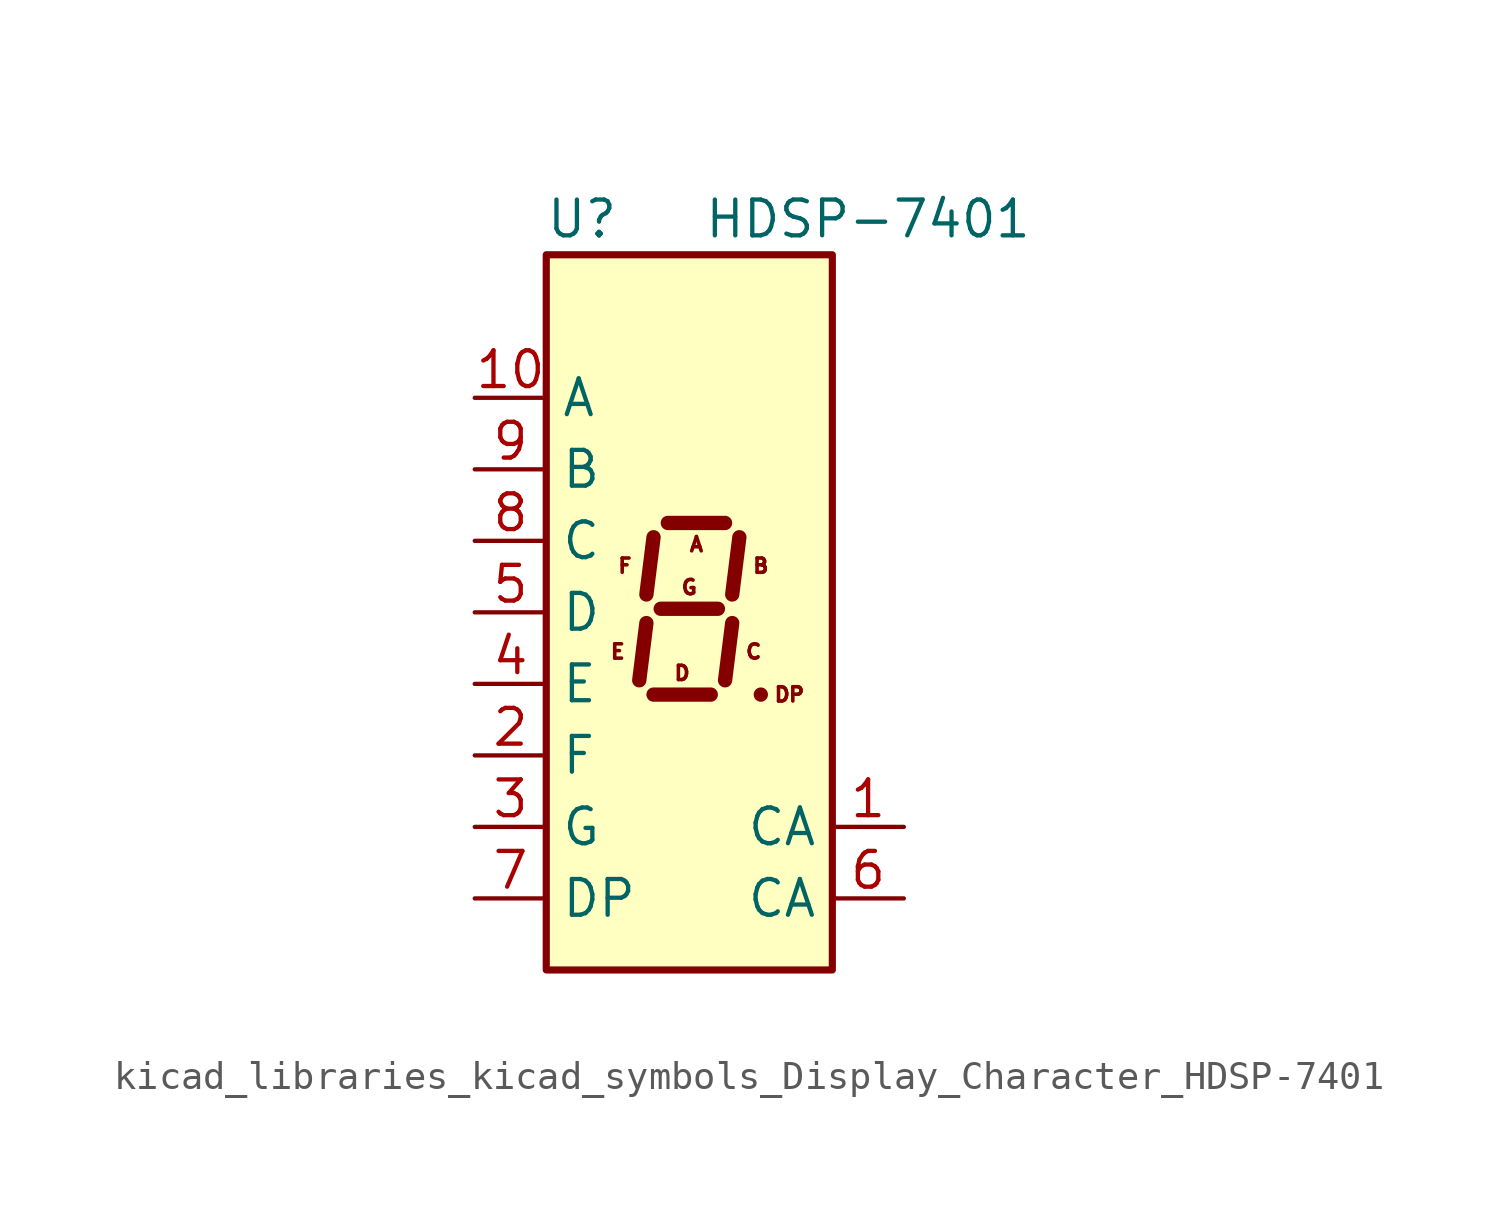
<source format=kicad_sym>
(kicad_symbol_lib
  (version 20220914)
  (generator kicad_symbol_editor)
  (symbol "kicad_libraries_kicad_symbols_Display_Character_HDSP-7401"
    (property "Reference" "U"
      (at -3.81 13.97 0)
      (effects (font (size 1.27 1.27))))
    (property "Value" "HDSP-7401"
      (at 6.35 13.97 0)
      (effects (font (size 1.27 1.27))))
    (symbol "kicad_libraries_kicad_symbols_Display_Character_HDSP-7401_1_0"
      (text "A" (at 0.254 2.413 0) (effects (font (size 0.508 0.508))))
      (text "B" (at 2.54 1.651 0) (effects (font (size 0.508 0.508))))
      (text "C" (at 2.286 -1.397 0) (effects (font (size 0.508 0.508))))
      (text "D" (at -0.254 -2.159 0) (effects (font (size 0.508 0.508))))
      (text "DP" (at 3.556 -2.921 0) (effects (font (size 0.508 0.508))))
      (text "E" (at -2.54 -1.397 0) (effects (font (size 0.508 0.508))))
      (text "F" (at -2.286 1.651 0) (effects (font (size 0.508 0.508))))
      (text "G" (at 0 0.889 0) (effects (font (size 0.508 0.508)))))
    (symbol "kicad_libraries_kicad_symbols_Display_Character_HDSP-7401_1_1"
      (rectangle (start -5.08 12.7) (end 5.08 -12.7) (stroke (width 0.254) (type default)) (fill (type background)))
      (polyline (pts (xy -1.524 -0.381) (xy -1.778 -2.413)) (stroke (width 0.508) (type default)) (fill (type none)))
      (polyline (pts (xy -1.27 -2.921) (xy 0.762 -2.921)) (stroke (width 0.508) (type default)) (fill (type none)))
      (polyline (pts (xy -1.27 2.667) (xy -1.524 0.635)) (stroke (width 0.508) (type default)) (fill (type none)))
      (polyline (pts (xy -1.016 0.127) (xy 1.016 0.127)) (stroke (width 0.508) (type default)) (fill (type none)))
      (polyline (pts (xy -0.762 3.175) (xy 1.27 3.175)) (stroke (width 0.508) (type default)) (fill (type none)))
      (polyline (pts (xy 1.524 -0.381) (xy 1.27 -2.413)) (stroke (width 0.508) (type default)) (fill (type none)))
      (polyline (pts (xy 1.778 2.667) (xy 1.524 0.635)) (stroke (width 0.508) (type default)) (fill (type none)))
      (polyline (pts (xy 2.54 -2.921) (xy 2.54 -2.921)) (stroke (width 0.508) (type default)) (fill (type none)))
      (pin input line (at 7.62 -7.62 180) (length 2.54) (name "CA" (effects (font (size 1.27 1.27)))) (number "1" (effects (font (size 1.27 1.27)))))
      (pin input line (at -7.62 7.62 0) (length 2.54) (name "A" (effects (font (size 1.27 1.27)))) (number "10" (effects (font (size 1.27 1.27)))))
      (pin input line (at -7.62 -5.08 0) (length 2.54) (name "F" (effects (font (size 1.27 1.27)))) (number "2" (effects (font (size 1.27 1.27)))))
      (pin input line (at -7.62 -7.62 0) (length 2.54) (name "G" (effects (font (size 1.27 1.27)))) (number "3" (effects (font (size 1.27 1.27)))))
      (pin input line (at -7.62 -2.54 0) (length 2.54) (name "E" (effects (font (size 1.27 1.27)))) (number "4" (effects (font (size 1.27 1.27)))))
      (pin input line (at -7.62 0 0) (length 2.54) (name "D" (effects (font (size 1.27 1.27)))) (number "5" (effects (font (size 1.27 1.27)))))
      (pin input line (at 7.62 -10.16 180) (length 2.54) (name "CA" (effects (font (size 1.27 1.27)))) (number "6" (effects (font (size 1.27 1.27)))))
      (pin input line (at -7.62 -10.16 0) (length 2.54) (name "DP" (effects (font (size 1.27 1.27)))) (number "7" (effects (font (size 1.27 1.27)))))
      (pin input line (at -7.62 2.54 0) (length 2.54) (name "C" (effects (font (size 1.27 1.27)))) (number "8" (effects (font (size 1.27 1.27)))))
      (pin input line (at -7.62 5.08 0) (length 2.54) (name "B" (effects (font (size 1.27 1.27)))) (number "9" (effects (font (size 1.27 1.27))))))))
</source>
